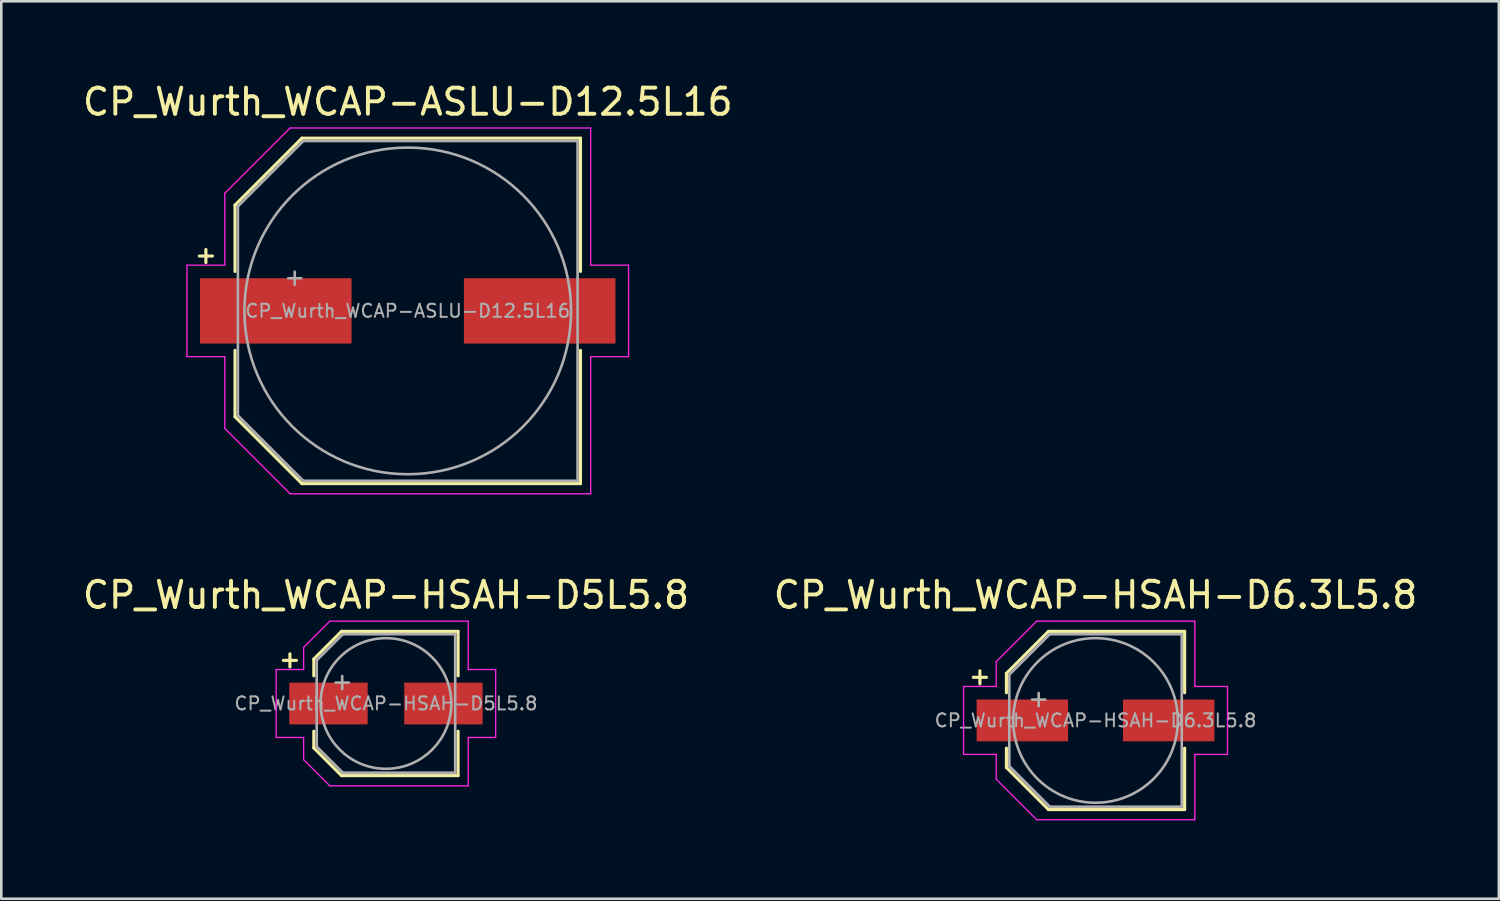
<source format=kicad_pcb>
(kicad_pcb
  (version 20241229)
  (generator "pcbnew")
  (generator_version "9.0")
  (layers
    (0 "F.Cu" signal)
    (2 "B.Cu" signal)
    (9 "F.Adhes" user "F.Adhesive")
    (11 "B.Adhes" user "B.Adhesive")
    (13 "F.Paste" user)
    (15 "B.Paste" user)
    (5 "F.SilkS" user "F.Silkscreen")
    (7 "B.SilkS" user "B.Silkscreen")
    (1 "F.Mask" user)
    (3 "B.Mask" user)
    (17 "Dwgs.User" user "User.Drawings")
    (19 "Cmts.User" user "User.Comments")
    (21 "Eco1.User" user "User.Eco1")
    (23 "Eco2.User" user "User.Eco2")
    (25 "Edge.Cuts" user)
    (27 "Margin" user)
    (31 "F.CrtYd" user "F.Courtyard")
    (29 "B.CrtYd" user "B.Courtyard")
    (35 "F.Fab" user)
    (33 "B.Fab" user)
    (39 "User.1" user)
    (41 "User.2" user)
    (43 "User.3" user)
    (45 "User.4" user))
  (footprint "CP_Wurth_WCAP-ASLU-D12.5L16"
    (layer "F.Cu")
    (at 12.554 8.848)
    (property "Reference" "CP_Wurth_WCAP-ASLU-D12.5L16" (at 0 -8 0) (unlocked yes) (layer "F.SilkS") (effects (font (size 1 1) (thickness 0.15))))
    (attr smd)
    (fp_line (start -7.725 -1.85) (end -7.725 -2.35) (stroke (width 0.12) (type solid)) (layer "F.SilkS"))
    (fp_line (start -7.475 -2.1) (end -7.975 -2.1) (stroke (width 0.12) (type solid)) (layer "F.SilkS"))
    (fp_line (start -6.61 -4.05) (end -6.61 -1.51) (stroke (width 0.12) (type default)) (layer "F.SilkS"))
    (fp_line (start -6.61 -4.05) (end -4.05 -6.61) (stroke (width 0.12) (type default)) (layer "F.SilkS"))
    (fp_line (start -6.61 4.05) (end -6.61 1.51) (stroke (width 0.12) (type default)) (layer "F.SilkS"))
    (fp_line (start -6.61 4.05) (end -4.05 6.61) (stroke (width 0.12) (type default)) (layer "F.SilkS"))
    (fp_line (start -4.05 -6.61) (end 6.61 -6.61) (stroke (width 0.12) (type solid)) (layer "F.SilkS"))
    (fp_line (start -4.05 6.61) (end 6.61 6.61) (stroke (width 0.12) (type solid)) (layer "F.SilkS"))
    (fp_line (start 6.61 -6.61) (end 6.61 -1.51) (stroke (width 0.12) (type default)) (layer "F.SilkS"))
    (fp_line (start 6.61 1.51) (end 6.61 6.61) (stroke (width 0.12) (type default)) (layer "F.SilkS"))
    (fp_line (start -8.45 -1.75) (end -8.45 1.75) (stroke (width 0.05) (type default)) (layer "F.CrtYd"))
    (fp_line (start -8.45 -1.75) (end -7 -1.75) (stroke (width 0.05) (type default)) (layer "F.CrtYd"))
    (fp_line (start -8.45 1.75) (end -7 1.75) (stroke (width 0.05) (type default)) (layer "F.CrtYd"))
    (fp_line (start -7 -4.5) (end -7 -1.75) (stroke (width 0.05) (type default)) (layer "F.CrtYd"))
    (fp_line (start -7 -4.5) (end -4.5 -7) (stroke (width 0.05) (type default)) (layer "F.CrtYd"))
    (fp_line (start -7 1.75) (end -7 4.5) (stroke (width 0.05) (type default)) (layer "F.CrtYd"))
    (fp_line (start -7 4.5) (end -4.5 7) (stroke (width 0.05) (type default)) (layer "F.CrtYd"))
    (fp_line (start -4.5 -7) (end 7 -7) (stroke (width 0.05) (type default)) (layer "F.CrtYd"))
    (fp_line (start -4.5 7) (end 7 7) (stroke (width 0.05) (type default)) (layer "F.CrtYd"))
    (fp_line (start 7 -7) (end 7 -1.75) (stroke (width 0.05) (type default)) (layer "F.CrtYd"))
    (fp_line (start 7 -1.75) (end 8.45 -1.75) (stroke (width 0.05) (type default)) (layer "F.CrtYd"))
    (fp_line (start 7 1.75) (end 7 7) (stroke (width 0.05) (type default)) (layer "F.CrtYd"))
    (fp_line (start 7 1.75) (end 8.45 1.75) (stroke (width 0.05) (type default)) (layer "F.CrtYd"))
    (fp_line (start 8.45 -1.75) (end 8.45 1.75) (stroke (width 0.05) (type default)) (layer "F.CrtYd"))
    (fp_line (start -6.5 -4) (end -4 -6.5) (stroke (width 0.1) (type default)) (layer "F.Fab"))
    (fp_line (start -6.5 4) (end -6.5 -4) (stroke (width 0.1) (type default)) (layer "F.Fab"))
    (fp_line (start -4.325 -1) (end -4.325 -1.5) (stroke (width 0.1) (type default)) (layer "F.Fab"))
    (fp_line (start -4.075 -1.25) (end -4.575 -1.25) (stroke (width 0.1) (type default)) (layer "F.Fab"))
    (fp_line (start -4 -6.5) (end 6.5 -6.5) (stroke (width 0.1) (type default)) (layer "F.Fab"))
    (fp_line (start -4 6.5) (end -6.5 4) (stroke (width 0.1) (type default)) (layer "F.Fab"))
    (fp_line (start 6.5 -6.5) (end 6.5 6.5) (stroke (width 0.1) (type default)) (layer "F.Fab"))
    (fp_line (start 6.5 6.5) (end -4 6.5) (stroke (width 0.1) (type default)) (layer "F.Fab"))
    (fp_circle (center 0 0) (end 6.25 0) (stroke (width 0.1) (type default)) (fill no) (layer "F.Fab"))
    (fp_text user "${REFERENCE}" (at 0 0 0) (unlocked yes) (layer "F.Fab") (effects (font (size 0.5 0.5) (thickness 0.075))))
    (pad "1" smd rect (at -5.05 0) (size 5.8 2.5) (layers "F.Cu" "F.Mask" "F.Paste"))
    (pad "2" smd rect (at 5.05 0) (size 5.8 2.5) (layers "F.Cu" "F.Mask" "F.Paste")))
  (footprint "CP_Wurth_WCAP-HSAH-D5L5.8"
    (layer "F.Cu")
    (at 11.72 23.872)
    (property "Reference" "CP_Wurth_WCAP-HSAH-D5L5.8" (at 0 -4.15 0) (unlocked yes) (layer "F.SilkS") (effects (font (size 1 1) (thickness 0.15))))
    (attr smd)
    (fp_line (start -3.675 -1.4) (end -3.675 -1.9) (stroke (width 0.12) (type solid)) (layer "F.SilkS"))
    (fp_line (start -3.425 -1.65) (end -3.925 -1.65) (stroke (width 0.12) (type solid)) (layer "F.SilkS"))
    (fp_line (start -2.76 -1.7) (end -2.76 -1.06) (stroke (width 0.12) (type default)) (layer "F.SilkS"))
    (fp_line (start -2.76 -1.7) (end -1.7 -2.76) (stroke (width 0.12) (type default)) (layer "F.SilkS"))
    (fp_line (start -2.76 1.7) (end -2.76 1.06) (stroke (width 0.12) (type default)) (layer "F.SilkS"))
    (fp_line (start -2.76 1.7) (end -1.7 2.76) (stroke (width 0.12) (type default)) (layer "F.SilkS"))
    (fp_line (start -1.7 -2.76) (end 2.76 -2.76) (stroke (width 0.12) (type solid)) (layer "F.SilkS"))
    (fp_line (start -1.7 2.76) (end 2.76 2.76) (stroke (width 0.12) (type solid)) (layer "F.SilkS"))
    (fp_line (start 2.76 -2.76) (end 2.76 -1.06) (stroke (width 0.12) (type default)) (layer "F.SilkS"))
    (fp_line (start 2.76 1.06) (end 2.76 2.76) (stroke (width 0.12) (type default)) (layer "F.SilkS"))
    (fp_line (start -4.2 -1.3) (end -4.2 1.3) (stroke (width 0.05) (type default)) (layer "F.CrtYd"))
    (fp_line (start -4.2 -1.3) (end -3.15 -1.3) (stroke (width 0.05) (type default)) (layer "F.CrtYd"))
    (fp_line (start -4.2 1.3) (end -3.15 1.3) (stroke (width 0.05) (type default)) (layer "F.CrtYd"))
    (fp_line (start -3.15 -2.15) (end -3.15 -1.3) (stroke (width 0.05) (type default)) (layer "F.CrtYd"))
    (fp_line (start -3.15 -2.15) (end -2.15 -3.15) (stroke (width 0.05) (type default)) (layer "F.CrtYd"))
    (fp_line (start -3.15 1.3) (end -3.15 2.15) (stroke (width 0.05) (type default)) (layer "F.CrtYd"))
    (fp_line (start -3.15 2.15) (end -2.15 3.15) (stroke (width 0.05) (type default)) (layer "F.CrtYd"))
    (fp_line (start -2.15 -3.15) (end 3.15 -3.15) (stroke (width 0.05) (type default)) (layer "F.CrtYd"))
    (fp_line (start -2.15 3.15) (end 3.15 3.15) (stroke (width 0.05) (type default)) (layer "F.CrtYd"))
    (fp_line (start 3.15 -3.15) (end 3.15 -1.3) (stroke (width 0.05) (type default)) (layer "F.CrtYd"))
    (fp_line (start 3.15 -1.3) (end 4.2 -1.3) (stroke (width 0.05) (type default)) (layer "F.CrtYd"))
    (fp_line (start 3.15 1.3) (end 3.15 3.15) (stroke (width 0.05) (type default)) (layer "F.CrtYd"))
    (fp_line (start 3.15 1.3) (end 4.2 1.3) (stroke (width 0.05) (type default)) (layer "F.CrtYd"))
    (fp_line (start 4.2 -1.3) (end 4.2 1.3) (stroke (width 0.05) (type default)) (layer "F.CrtYd"))
    (fp_line (start -2.65 -1.65) (end -1.65 -2.65) (stroke (width 0.1) (type default)) (layer "F.Fab"))
    (fp_line (start -2.65 1.65) (end -2.65 -1.65) (stroke (width 0.1) (type default)) (layer "F.Fab"))
    (fp_line (start -1.675 -0.55) (end -1.675 -1.05) (stroke (width 0.1) (type default)) (layer "F.Fab"))
    (fp_line (start -1.65 -2.65) (end 2.65 -2.65) (stroke (width 0.1) (type default)) (layer "F.Fab"))
    (fp_line (start -1.65 2.65) (end -2.65 1.65) (stroke (width 0.1) (type default)) (layer "F.Fab"))
    (fp_line (start -1.425 -0.8) (end -1.925 -0.8) (stroke (width 0.1) (type default)) (layer "F.Fab"))
    (fp_line (start 2.65 -2.65) (end 2.65 2.65) (stroke (width 0.1) (type default)) (layer "F.Fab"))
    (fp_line (start 2.65 2.65) (end -1.65 2.65) (stroke (width 0.1) (type default)) (layer "F.Fab"))
    (fp_circle (center 0 0) (end 2.5 0) (stroke (width 0.1) (type default)) (fill no) (layer "F.Fab"))
    (fp_text user "${REFERENCE}" (at 0 0 0) (unlocked yes) (layer "F.Fab") (effects (font (size 0.5 0.5) (thickness 0.075))))
    (pad "1" smd rect (at -2.2 0) (size 3 1.6) (layers "F.Cu" "F.Mask" "F.Paste"))
    (pad "2" smd rect (at 2.2 0) (size 3 1.6) (layers "F.Cu" "F.Mask" "F.Paste")))
  (footprint "CP_Wurth_WCAP-HSAH-D6.3L5.8"
    (layer "F.Cu")
    (at 38.875 24.521)
    (property "Reference" "CP_Wurth_WCAP-HSAH-D6.3L5.8" (at 0 -4.8 0) (unlocked yes) (layer "F.SilkS") (effects (font (size 1 1) (thickness 0.15))))
    (attr smd)
    (fp_line (start -4.425 -1.4) (end -4.425 -1.9) (stroke (width 0.12) (type solid)) (layer "F.SilkS"))
    (fp_line (start -4.175 -1.65) (end -4.675 -1.65) (stroke (width 0.12) (type solid)) (layer "F.SilkS"))
    (fp_line (start -3.41 -1.8) (end -3.41 -1.06) (stroke (width 0.12) (type default)) (layer "F.SilkS"))
    (fp_line (start -3.41 -1.8) (end -1.8 -3.41) (stroke (width 0.12) (type default)) (layer "F.SilkS"))
    (fp_line (start -3.41 1.8) (end -3.41 1.06) (stroke (width 0.12) (type default)) (layer "F.SilkS"))
    (fp_line (start -3.41 1.8) (end -1.8 3.41) (stroke (width 0.12) (type default)) (layer "F.SilkS"))
    (fp_line (start -1.8 -3.41) (end 3.41 -3.41) (stroke (width 0.12) (type solid)) (layer "F.SilkS"))
    (fp_line (start -1.8 3.41) (end 3.41 3.41) (stroke (width 0.12) (type solid)) (layer "F.SilkS"))
    (fp_line (start 3.41 -3.41) (end 3.41 -1.06) (stroke (width 0.12) (type default)) (layer "F.SilkS"))
    (fp_line (start 3.41 1.06) (end 3.41 3.41) (stroke (width 0.12) (type default)) (layer "F.SilkS"))
    (fp_line (start -5.05 -1.3) (end -5.05 1.3) (stroke (width 0.05) (type default)) (layer "F.CrtYd"))
    (fp_line (start -5.05 -1.3) (end -3.8 -1.3) (stroke (width 0.05) (type default)) (layer "F.CrtYd"))
    (fp_line (start -5.05 1.3) (end -3.8 1.3) (stroke (width 0.05) (type default)) (layer "F.CrtYd"))
    (fp_line (start -3.8 -2.25) (end -3.8 -1.3) (stroke (width 0.05) (type default)) (layer "F.CrtYd"))
    (fp_line (start -3.8 -2.25) (end -2.25 -3.8) (stroke (width 0.05) (type default)) (layer "F.CrtYd"))
    (fp_line (start -3.8 1.3) (end -3.8 2.25) (stroke (width 0.05) (type default)) (layer "F.CrtYd"))
    (fp_line (start -3.8 2.25) (end -2.25 3.8) (stroke (width 0.05) (type default)) (layer "F.CrtYd"))
    (fp_line (start -2.25 -3.8) (end 3.8 -3.8) (stroke (width 0.05) (type default)) (layer "F.CrtYd"))
    (fp_line (start -2.25 3.8) (end 3.8 3.8) (stroke (width 0.05) (type default)) (layer "F.CrtYd"))
    (fp_line (start 3.8 -3.8) (end 3.8 -1.3) (stroke (width 0.05) (type default)) (layer "F.CrtYd"))
    (fp_line (start 3.8 -1.3) (end 5.05 -1.3) (stroke (width 0.05) (type default)) (layer "F.CrtYd"))
    (fp_line (start 3.8 1.3) (end 3.8 3.8) (stroke (width 0.05) (type default)) (layer "F.CrtYd"))
    (fp_line (start 3.8 1.3) (end 5.05 1.3) (stroke (width 0.05) (type default)) (layer "F.CrtYd"))
    (fp_line (start 5.05 -1.3) (end 5.05 1.3) (stroke (width 0.05) (type default)) (layer "F.CrtYd"))
    (fp_line (start -3.3 -1.75) (end -1.75 -3.3) (stroke (width 0.1) (type default)) (layer "F.Fab"))
    (fp_line (start -3.3 1.75) (end -3.3 -1.75) (stroke (width 0.1) (type default)) (layer "F.Fab"))
    (fp_line (start -2.175 -0.55) (end -2.175 -1.05) (stroke (width 0.1) (type default)) (layer "F.Fab"))
    (fp_line (start -1.925 -0.8) (end -2.425 -0.8) (stroke (width 0.1) (type default)) (layer "F.Fab"))
    (fp_line (start -1.75 -3.3) (end 3.3 -3.3) (stroke (width 0.1) (type default)) (layer "F.Fab"))
    (fp_line (start -1.75 3.3) (end -3.3 1.75) (stroke (width 0.1) (type default)) (layer "F.Fab"))
    (fp_line (start 3.3 -3.3) (end 3.3 3.3) (stroke (width 0.1) (type default)) (layer "F.Fab"))
    (fp_line (start 3.3 3.3) (end -1.75 3.3) (stroke (width 0.1) (type default)) (layer "F.Fab"))
    (fp_circle (center 0 0) (end 3.15 0) (stroke (width 0.1) (type default)) (fill no) (layer "F.Fab"))
    (fp_text user "${REFERENCE}" (at 0 0 0) (unlocked yes) (layer "F.Fab") (effects (font (size 0.5 0.5) (thickness 0.075))))
    (pad "1" smd rect (at -2.8 0) (size 3.5 1.6) (layers "F.Cu" "F.Mask" "F.Paste"))
    (pad "2" smd rect (at 2.8 0) (size 3.5 1.6) (layers "F.Cu" "F.Mask" "F.Paste")))
  (gr_rect
    (start -3 -3)
    (end 54.31 31.346)
    (stroke (width 0.1) (type default))
    (fill no)
    (layer "Edge.Cuts")))
</source>
